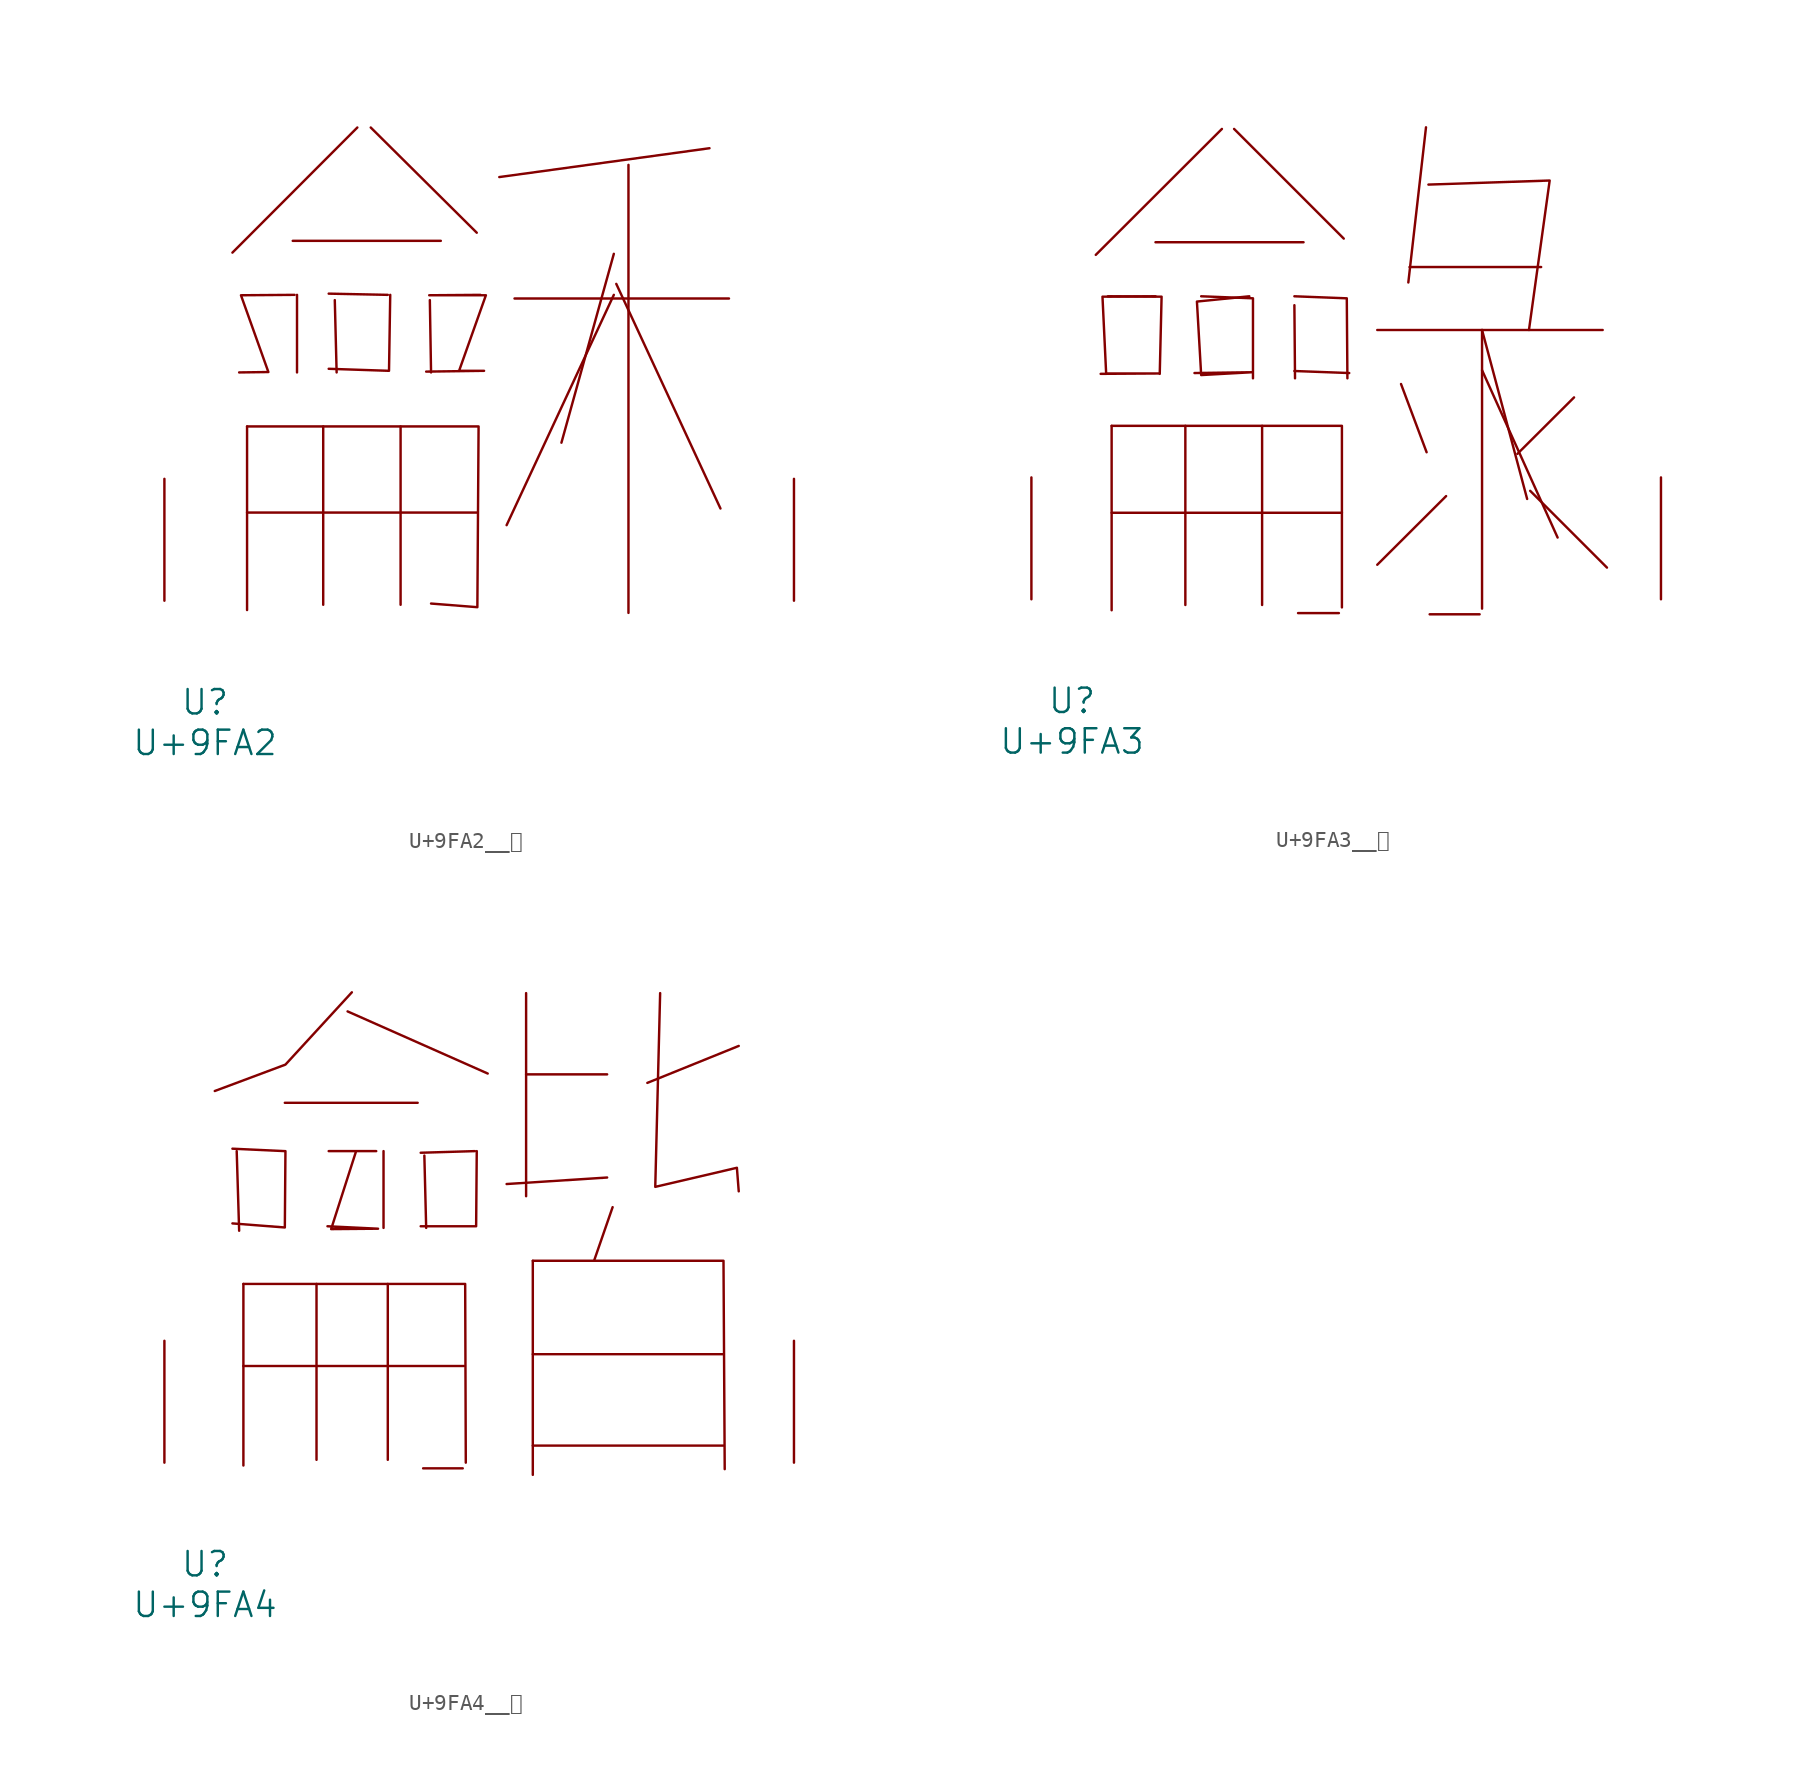
<source format=kicad_sym>
(kicad_symbol_lib
  (version 20231120)
  (generator "kicad_symbol_editor")
  (generator_version "8.0")
  (symbol "U+9FA2__龢"
    (pin_names
      (offset 1.016))
    (property "Reference" "U"
      (at 0 -6.35 0)
      (effects (font (size 1.524 1.524))))
    (property "Value" "U+9FA2"
      (at 0 -8.89 0)
      (effects (font (size 1.524 1.524))))
    (symbol "U+9FA2__龢_0_1"
      (polyline (pts (xy 2.629 5.512) (xy 17.031 5.512)) (stroke (width 0) (type solid)) (fill (type none)))
      (polyline (pts (xy 2.629 10.897) (xy 2.629 -0.584)) (stroke (width 0) (type solid)) (fill (type none)))
      (polyline (pts (xy 5.486 22.504) (xy 14.745 22.504)) (stroke (width 0) (type solid)) (fill (type none)))
      (polyline (pts (xy 5.753 19.126) (xy 5.753 14.275)) (stroke (width 0) (type solid)) (fill (type none)))
      (polyline (pts (xy 7.391 10.897) (xy 7.391 -0.254)) (stroke (width 0) (type solid)) (fill (type none)))
      (polyline (pts (xy 8.115 18.796) (xy 8.23 14.275)) (stroke (width 0) (type solid)) (fill (type none)))
      (polyline (pts (xy 9.525 29.591) (xy 1.714 21.768)) (stroke (width 0) (type solid)) (fill (type none)))
      (polyline (pts (xy 10.363 29.591) (xy 16.993 23.012)) (stroke (width 0) (type solid)) (fill (type none)))
      (polyline (pts (xy 11.43 19.126) (xy 7.734 19.202)) (stroke (width 0) (type solid)) (fill (type none)))
      (polyline (pts (xy 12.23 10.897) (xy 12.23 -0.254)) (stroke (width 0) (type solid)) (fill (type none)))
      (polyline (pts (xy 14.059 18.796) (xy 14.135 14.275)) (stroke (width 0) (type solid)) (fill (type none)))
      (polyline (pts (xy 19.355 18.898) (xy 32.766 18.898)) (stroke (width 0) (type solid)) (fill (type none)))
      (polyline (pts (xy 25.565 19.126) (xy 18.86 4.724)) (stroke (width 0) (type solid)) (fill (type none)))
      (polyline (pts (xy 25.565 21.692) (xy 22.288 9.881)) (stroke (width 0) (type solid)) (fill (type none)))
      (polyline (pts (xy 25.718 19.812) (xy 32.233 5.766)) (stroke (width 0) (type solid)) (fill (type none)))
      (polyline (pts (xy 26.48 27.254) (xy 26.48 -0.762)) (stroke (width 0) (type solid)) (fill (type none)))
      (polyline (pts (xy 31.547 28.296) (xy 18.402 26.492)) (stroke (width 0) (type solid)) (fill (type none)))
      (polyline (pts (xy 11.582 19.126) (xy 11.506 14.376) (xy 7.734 14.503)) (stroke (width 0) (type solid)) (fill (type none)))
      (polyline (pts (xy 2.629 10.897) (xy 17.107 10.897) (xy 17.031 -0.406) (xy 14.135 -0.178)) (stroke (width 0) (type solid)) (fill (type none)))
      (polyline (pts (xy 5.601 19.126) (xy 2.248 19.101) (xy 3.962 14.3) (xy 2.134 14.275)) (stroke (width 0) (type solid)) (fill (type none)))
      (polyline (pts (xy 17.221 19.126) (xy 14.021 19.101) (xy 17.564 19.101) (xy 15.888 14.376) (xy 17.45 14.376) (xy 13.83 14.326)) (stroke (width 0) (type solid)) (fill (type none)))
      (pin input line (at -2.54 0 90) (length 7.62) (name "~" (effects (font (size 1.27 1.27)))) (number "~" (effects (font (size 1.27 1.27)))))
      (pin input line (at 36.83 0 90) (length 7.62) (name "~" (effects (font (size 1.27 1.27)))) (number "~" (effects (font (size 1.27 1.27)))))))
  (symbol "U+9FA3__龣"
    (pin_names
      (offset 1.016))
    (property "Reference" "U"
      (at 0 -6.35 0)
      (effects (font (size 1.524 1.524))))
    (property "Value" "U+9FA3"
      (at 0 -8.89 0)
      (effects (font (size 1.524 1.524))))
    (symbol "U+9FA3__龣_0_1"
      (polyline (pts (xy 2.477 5.41) (xy 16.878 5.41)) (stroke (width 0) (type solid)) (fill (type none)))
      (polyline (pts (xy 2.477 10.846) (xy 2.477 -0.686)) (stroke (width 0) (type solid)) (fill (type none)))
      (polyline (pts (xy 5.22 22.327) (xy 14.478 22.327)) (stroke (width 0) (type solid)) (fill (type none)))
      (polyline (pts (xy 7.087 10.846) (xy 7.087 -0.356)) (stroke (width 0) (type solid)) (fill (type none)))
      (polyline (pts (xy 9.373 29.413) (xy 1.486 21.539)) (stroke (width 0) (type solid)) (fill (type none)))
      (polyline (pts (xy 10.135 29.413) (xy 16.993 22.555)) (stroke (width 0) (type solid)) (fill (type none)))
      (polyline (pts (xy 11.887 10.846) (xy 11.887 -0.356)) (stroke (width 0) (type solid)) (fill (type none)))
      (polyline (pts (xy 13.906 14.275) (xy 17.335 14.148)) (stroke (width 0) (type solid)) (fill (type none)))
      (polyline (pts (xy 13.906 18.39) (xy 13.945 13.818)) (stroke (width 0) (type solid)) (fill (type none)))
      (polyline (pts (xy 14.135 -0.864) (xy 16.688 -0.864)) (stroke (width 0) (type solid)) (fill (type none)))
      (polyline (pts (xy 19.088 16.84) (xy 33.185 16.84)) (stroke (width 0) (type solid)) (fill (type none)))
      (polyline (pts (xy 20.574 13.462) (xy 22.174 9.195)) (stroke (width 0) (type solid)) (fill (type none)))
      (polyline (pts (xy 21.107 20.777) (xy 29.337 20.777)) (stroke (width 0) (type solid)) (fill (type none)))
      (polyline (pts (xy 22.136 29.515) (xy 21.031 19.812)) (stroke (width 0) (type solid)) (fill (type none)))
      (polyline (pts (xy 22.365 -0.94) (xy 25.489 -0.94)) (stroke (width 0) (type solid)) (fill (type none)))
      (polyline (pts (xy 23.393 6.452) (xy 19.088 2.159)) (stroke (width 0) (type solid)) (fill (type none)))
      (polyline (pts (xy 25.641 14.326) (xy 30.366 3.861)) (stroke (width 0) (type solid)) (fill (type none)))
      (polyline (pts (xy 25.641 16.84) (xy 25.641 -0.584)) (stroke (width 0) (type solid)) (fill (type none)))
      (polyline (pts (xy 25.641 16.84) (xy 28.461 6.274)) (stroke (width 0) (type solid)) (fill (type none)))
      (polyline (pts (xy 28.651 6.782) (xy 33.452 1.981)) (stroke (width 0) (type solid)) (fill (type none)))
      (polyline (pts (xy 31.394 12.624) (xy 27.851 9.093)) (stroke (width 0) (type solid)) (fill (type none)))
      (polyline (pts (xy 2.248 18.948) (xy 5.601 18.923) (xy 5.486 14.097)) (stroke (width 0) (type solid)) (fill (type none)))
      (polyline (pts (xy 2.477 10.846) (xy 16.878 10.846) (xy 16.878 -0.508)) (stroke (width 0) (type solid)) (fill (type none)))
      (polyline (pts (xy 8.077 18.948) (xy 11.316 18.821) (xy 11.316 13.818)) (stroke (width 0) (type solid)) (fill (type none)))
      (polyline (pts (xy 13.906 18.948) (xy 17.183 18.821) (xy 17.221 13.818)) (stroke (width 0) (type solid)) (fill (type none)))
      (polyline (pts (xy 22.288 25.933) (xy 29.87 26.187) (xy 28.575 16.84)) (stroke (width 0) (type solid)) (fill (type none)))
      (polyline (pts (xy 5.22 18.948) (xy 1.905 18.923) (xy 2.134 14.122) (xy 5.448 14.122) (xy 1.791 14.097)) (stroke (width 0) (type solid)) (fill (type none)))
      (polyline (pts (xy 11.087 18.948) (xy 7.811 18.618) (xy 8.077 14.021) (xy 11.278 14.199) (xy 7.658 14.148)) (stroke (width 0) (type solid)) (fill (type none)))
      (pin input line (at -2.54 0 90) (length 7.62) (name "~" (effects (font (size 1.27 1.27)))) (number "~" (effects (font (size 1.27 1.27)))))
      (pin input line (at 36.83 0 90) (length 7.62) (name "~" (effects (font (size 1.27 1.27)))) (number "~" (effects (font (size 1.27 1.27)))))))
  (symbol "U+9FA4__龤"
    (pin_names
      (offset 1.016))
    (property "Reference" "U"
      (at 0 -6.35 0)
      (effects (font (size 1.524 1.524))))
    (property "Value" "U+9FA4"
      (at 0 -8.89 0)
      (effects (font (size 1.524 1.524))))
    (symbol "U+9FA4__龤_0_1"
      (polyline (pts (xy 1.981 19.482) (xy 2.134 14.503)) (stroke (width 0) (type solid)) (fill (type none)))
      (polyline (pts (xy 2.4 6.045) (xy 16.192 6.045)) (stroke (width 0) (type solid)) (fill (type none)))
      (polyline (pts (xy 2.4 11.176) (xy 2.4 -0.178)) (stroke (width 0) (type solid)) (fill (type none)))
      (polyline (pts (xy 4.991 19.482) (xy 1.714 19.634)) (stroke (width 0) (type solid)) (fill (type none)))
      (polyline (pts (xy 4.991 22.504) (xy 13.297 22.504)) (stroke (width 0) (type solid)) (fill (type none)))
      (polyline (pts (xy 6.972 11.176) (xy 6.972 0.178)) (stroke (width 0) (type solid)) (fill (type none)))
      (polyline (pts (xy 8.915 28.219) (xy 17.678 24.333)) (stroke (width 0) (type solid)) (fill (type none)))
      (polyline (pts (xy 11.163 19.482) (xy 11.163 14.681)) (stroke (width 0) (type solid)) (fill (type none)))
      (polyline (pts (xy 11.43 11.176) (xy 11.43 0.178)) (stroke (width 0) (type solid)) (fill (type none)))
      (polyline (pts (xy 13.64 -0.356) (xy 16.116 -0.356)) (stroke (width 0) (type solid)) (fill (type none)))
      (polyline (pts (xy 13.716 19.202) (xy 13.83 14.681)) (stroke (width 0) (type solid)) (fill (type none)))
      (polyline (pts (xy 16.878 19.482) (xy 13.487 19.38)) (stroke (width 0) (type solid)) (fill (type none)))
      (polyline (pts (xy 20.079 24.282) (xy 25.146 24.282)) (stroke (width 0) (type solid)) (fill (type none)))
      (polyline (pts (xy 20.079 29.362) (xy 20.079 16.662)) (stroke (width 0) (type solid)) (fill (type none)))
      (polyline (pts (xy 20.498 1.067) (xy 32.423 1.067)) (stroke (width 0) (type solid)) (fill (type none)))
      (polyline (pts (xy 20.498 6.782) (xy 32.423 6.782)) (stroke (width 0) (type solid)) (fill (type none)))
      (polyline (pts (xy 20.498 12.624) (xy 20.498 -0.762)) (stroke (width 0) (type solid)) (fill (type none)))
      (polyline (pts (xy 25.146 17.831) (xy 18.86 17.424)) (stroke (width 0) (type solid)) (fill (type none)))
      (polyline (pts (xy 25.489 15.977) (xy 24.346 12.675)) (stroke (width 0) (type solid)) (fill (type none)))
      (polyline (pts (xy 33.376 26.06) (xy 27.661 23.749)) (stroke (width 0) (type solid)) (fill (type none)))
      (polyline (pts (xy 2.4 11.176) (xy 16.269 11.176) (xy 16.307 0)) (stroke (width 0) (type solid)) (fill (type none)))
      (polyline (pts (xy 5.029 19.482) (xy 4.991 14.707) (xy 1.714 14.961)) (stroke (width 0) (type solid)) (fill (type none)))
      (polyline (pts (xy 9.182 29.413) (xy 5.029 24.892) (xy 0.61 23.241)) (stroke (width 0) (type solid)) (fill (type none)))
      (polyline (pts (xy 16.993 19.482) (xy 16.954 14.783) (xy 13.487 14.783)) (stroke (width 0) (type solid)) (fill (type none)))
      (polyline (pts (xy 20.498 12.624) (xy 32.423 12.624) (xy 32.499 -0.406)) (stroke (width 0) (type solid)) (fill (type none)))
      (polyline (pts (xy 28.461 29.362) (xy 28.156 17.247) (xy 33.261 18.44) (xy 33.376 16.967)) (stroke (width 0) (type solid)) (fill (type none)))
      (polyline (pts (xy 10.706 19.482) (xy 7.734 19.482) (xy 9.449 19.482) (xy 7.887 14.605) (xy 10.82 14.63) (xy 7.658 14.783)) (stroke (width 0) (type solid)) (fill (type none)))
      (pin input line (at -2.54 0 90) (length 7.62) (name "~" (effects (font (size 1.27 1.27)))) (number "~" (effects (font (size 1.27 1.27)))))
      (pin input line (at 36.83 0 90) (length 7.62) (name "~" (effects (font (size 1.27 1.27)))) (number "~" (effects (font (size 1.27 1.27))))))))
</source>
